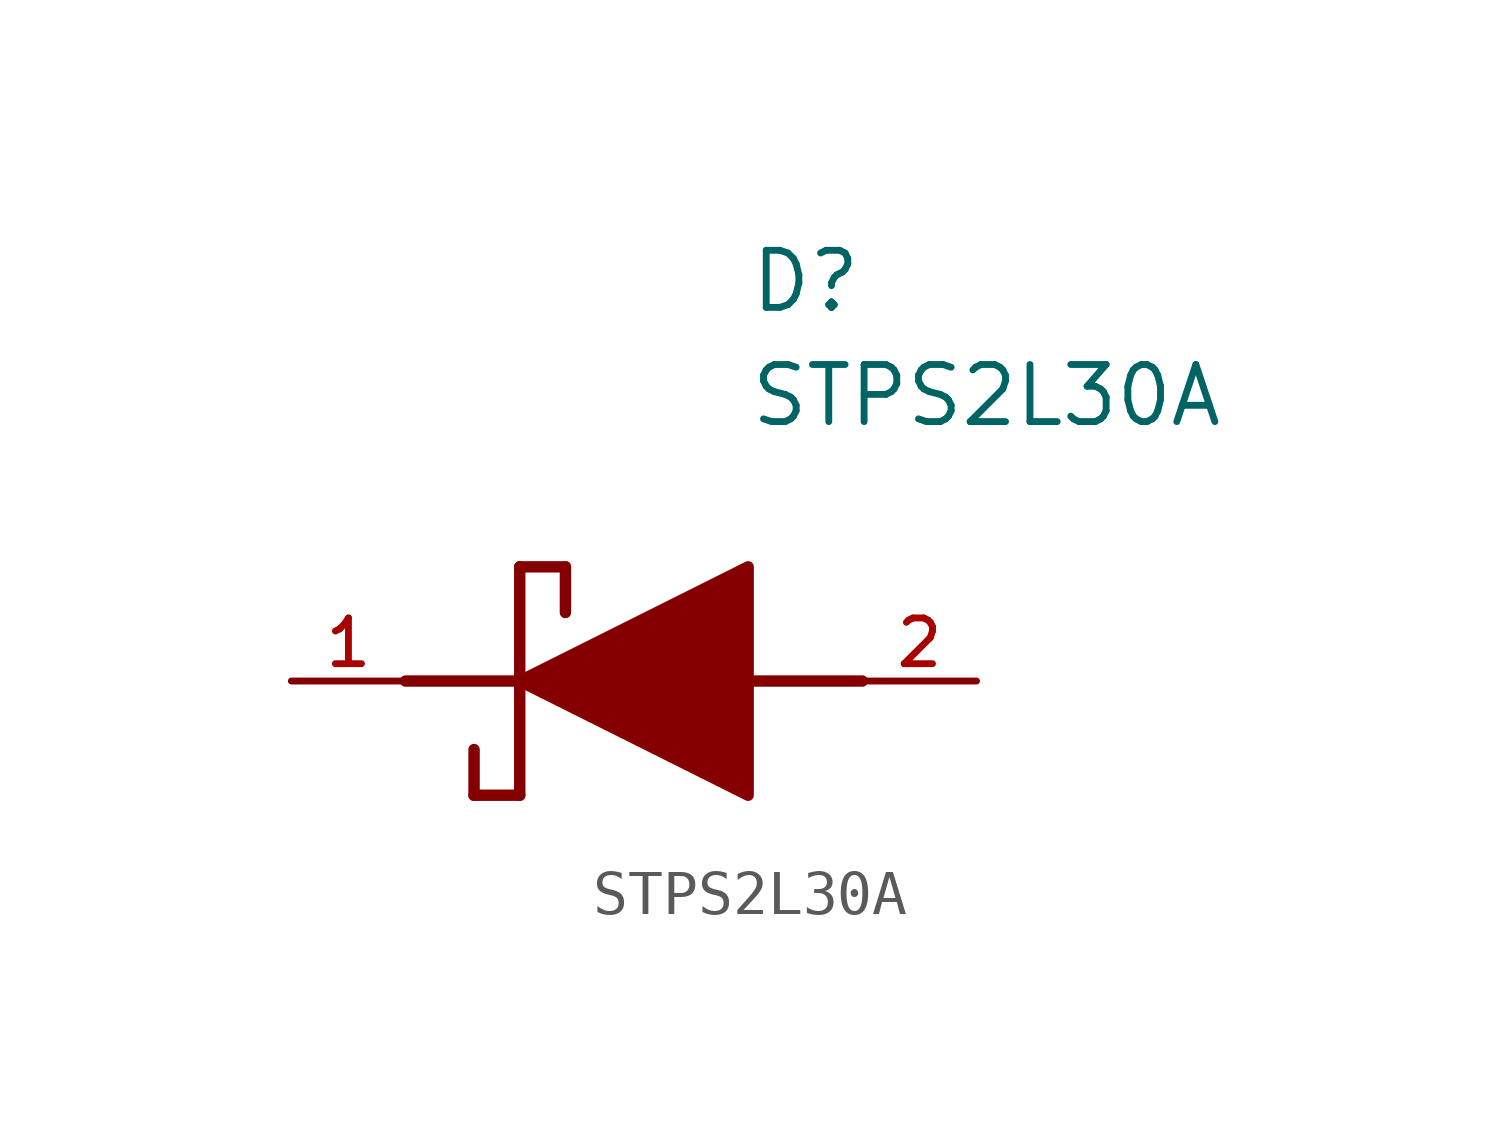
<source format=kicad_sym>
(kicad_symbol_lib
  (version 20211014)
  (generator kicad_symbol_editor)
  (symbol "STPS2L30A"
    (pin_names
      (offset 1.016))
    (property "Reference" "D"
      (at 12.7 8.89 0)
      (effects (font (size 1.27 1.27)) (justify left)))
    (property "Value" "STPS2L30A"
      (at 12.7 6.35 0)
      (effects (font (size 1.27 1.27)) (justify left)))
    (symbol "STPS2L30A_0_0"
      (polyline (pts (xy 7.62 2.54) (xy 7.62 -2.54)) (stroke (width 0.254)))
      (polyline (pts (xy 7.62 2.54) (xy 8.636 2.54)) (stroke (width 0.254)))
      (polyline (pts (xy 8.636 1.524) (xy 8.636 2.54)) (stroke (width 0.254)))
      (polyline (pts (xy 7.62 -2.54) (xy 6.604 -2.54)) (stroke (width 0.254)))
      (polyline (pts (xy 6.604 -1.524) (xy 6.604 -2.54)) (stroke (width 0.254)))
      (polyline (pts (xy 5.08 0.0) (xy 7.62 0.0)) (stroke (width 0.254)))
      (polyline (pts (xy 12.7 0.0) (xy 15.24 0.0)) (stroke (width 0.254)))
      (polyline (pts (xy 7.62 0.0) (xy 12.7 2.54) (xy 12.7 -2.54) (xy 7.62 0.0)) (stroke (width 0.254)) (fill (type outline)))
      (pin bidirectional line (at 2.54 0.0 0) (length 2.54) (name "~" (effects (font (size 1.016 1.016)))) (number "1" (effects (font (size 1.016 1.016)))))
      (pin bidirectional line (at 17.78 0.0 180.0) (length 2.54) (name "~" (effects (font (size 1.016 1.016)))) (number "2" (effects (font (size 1.016 1.016))))))))
</source>
